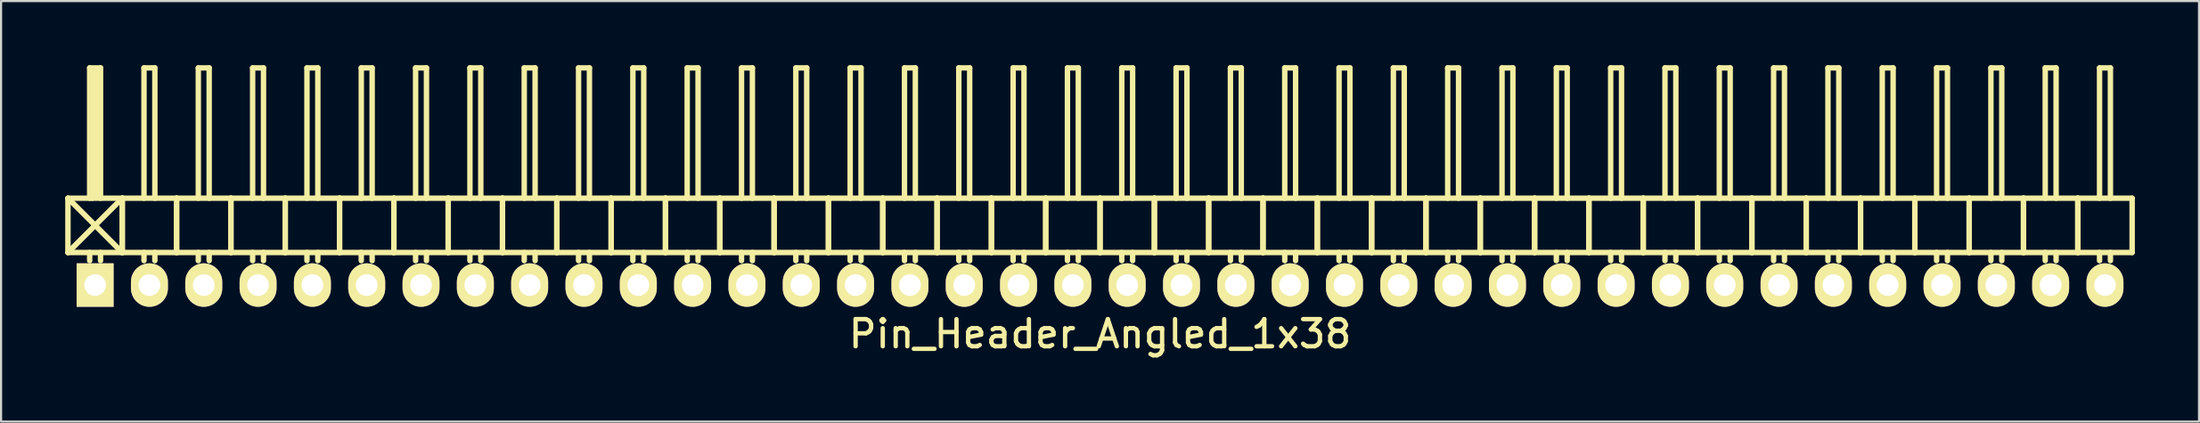
<source format=kicad_pcb>
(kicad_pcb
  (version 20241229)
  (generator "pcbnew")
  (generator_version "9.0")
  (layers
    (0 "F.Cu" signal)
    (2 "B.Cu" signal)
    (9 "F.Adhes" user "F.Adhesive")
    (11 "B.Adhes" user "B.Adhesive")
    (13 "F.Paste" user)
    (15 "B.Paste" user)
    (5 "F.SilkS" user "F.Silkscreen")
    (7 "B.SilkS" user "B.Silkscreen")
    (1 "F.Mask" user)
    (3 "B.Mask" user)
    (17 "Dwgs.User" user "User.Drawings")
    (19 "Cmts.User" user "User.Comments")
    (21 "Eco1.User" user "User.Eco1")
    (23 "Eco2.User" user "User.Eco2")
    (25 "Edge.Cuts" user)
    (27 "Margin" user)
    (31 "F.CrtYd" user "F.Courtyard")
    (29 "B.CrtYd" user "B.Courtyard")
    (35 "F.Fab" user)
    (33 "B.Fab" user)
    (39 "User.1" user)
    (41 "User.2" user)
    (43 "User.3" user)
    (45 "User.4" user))
  (footprint "Pin_Header_Angled_1x38"
    (layer "F.Cu")
    (at 48.387 10.287)
    (property "Reference" "Pin_Header_Angled_1x38" (at 0 2.286 0) (layer "F.SilkS") (effects (font (size 1.27 1.27) (thickness 0.203))))
    (attr through_hole)
    (fp_line (start -48.26 -4.064) (end -45.72 -1.524) (stroke (width 0.254) (type solid)) (layer "F.SilkS"))
    (fp_line (start -48.26 -1.524) (end -48.26 -4.064) (stroke (width 0.254) (type solid)) (layer "F.SilkS"))
    (fp_line (start -48.26 -1.524) (end -45.72 -1.524) (stroke (width 0.254) (type solid)) (layer "F.SilkS"))
    (fp_line (start -47.244 -10.16) (end -46.736 -10.16) (stroke (width 0.254) (type solid)) (layer "F.SilkS"))
    (fp_line (start -47.244 -4.064) (end -47.244 -10.16) (stroke (width 0.254) (type solid)) (layer "F.SilkS"))
    (fp_line (start -47.244 -1.524) (end -47.244 -1.143) (stroke (width 0.254) (type solid)) (layer "F.SilkS"))
    (fp_line (start -47.117 -10.033) (end -46.863 -10.033) (stroke (width 0.254) (type solid)) (layer "F.SilkS"))
    (fp_line (start -47.117 -4.064) (end -47.117 -10.033) (stroke (width 0.254) (type solid)) (layer "F.SilkS"))
    (fp_line (start -46.99 -4.191) (end -46.99 -10.033) (stroke (width 0.254) (type solid)) (layer "F.SilkS"))
    (fp_line (start -46.863 -10.033) (end -46.863 -4.191) (stroke (width 0.254) (type solid)) (layer "F.SilkS"))
    (fp_line (start -46.863 -4.191) (end -46.99 -4.191) (stroke (width 0.254) (type solid)) (layer "F.SilkS"))
    (fp_line (start -46.736 -10.16) (end -46.736 -4.064) (stroke (width 0.254) (type solid)) (layer "F.SilkS"))
    (fp_line (start -46.736 -1.524) (end -46.736 -1.143) (stroke (width 0.254) (type solid)) (layer "F.SilkS"))
    (fp_line (start -45.72 -4.064) (end -48.26 -4.064) (stroke (width 0.254) (type solid)) (layer "F.SilkS"))
    (fp_line (start -45.72 -4.064) (end -48.26 -1.524) (stroke (width 0.254) (type solid)) (layer "F.SilkS"))
    (fp_line (start -45.72 -1.524) (end -45.72 -4.064) (stroke (width 0.254) (type solid)) (layer "F.SilkS"))
    (fp_line (start -45.72 -1.524) (end -45.72 -4.064) (stroke (width 0.254) (type solid)) (layer "F.SilkS"))
    (fp_line (start -45.72 -1.524) (end -43.18 -1.524) (stroke (width 0.254) (type solid)) (layer "F.SilkS"))
    (fp_line (start -44.704 -10.16) (end -44.196 -10.16) (stroke (width 0.254) (type solid)) (layer "F.SilkS"))
    (fp_line (start -44.704 -4.064) (end -44.704 -10.16) (stroke (width 0.254) (type solid)) (layer "F.SilkS"))
    (fp_line (start -44.704 -1.524) (end -44.704 -1.143) (stroke (width 0.254) (type solid)) (layer "F.SilkS"))
    (fp_line (start -44.196 -10.16) (end -44.196 -4.064) (stroke (width 0.254) (type solid)) (layer "F.SilkS"))
    (fp_line (start -44.196 -1.524) (end -44.196 -1.143) (stroke (width 0.254) (type solid)) (layer "F.SilkS"))
    (fp_line (start -43.18 -4.064) (end -45.72 -4.064) (stroke (width 0.254) (type solid)) (layer "F.SilkS"))
    (fp_line (start -43.18 -1.524) (end -43.18 -4.064) (stroke (width 0.254) (type solid)) (layer "F.SilkS"))
    (fp_line (start -43.18 -1.524) (end -43.18 -4.064) (stroke (width 0.254) (type solid)) (layer "F.SilkS"))
    (fp_line (start -43.18 -1.524) (end -40.64 -1.524) (stroke (width 0.254) (type solid)) (layer "F.SilkS"))
    (fp_line (start -42.164 -10.16) (end -41.656 -10.16) (stroke (width 0.254) (type solid)) (layer "F.SilkS"))
    (fp_line (start -42.164 -4.064) (end -42.164 -10.16) (stroke (width 0.254) (type solid)) (layer "F.SilkS"))
    (fp_line (start -42.164 -1.524) (end -42.164 -1.143) (stroke (width 0.254) (type solid)) (layer "F.SilkS"))
    (fp_line (start -41.656 -10.16) (end -41.656 -4.064) (stroke (width 0.254) (type solid)) (layer "F.SilkS"))
    (fp_line (start -41.656 -1.524) (end -41.656 -1.143) (stroke (width 0.254) (type solid)) (layer "F.SilkS"))
    (fp_line (start -40.64 -4.064) (end -43.18 -4.064) (stroke (width 0.254) (type solid)) (layer "F.SilkS"))
    (fp_line (start -40.64 -1.524) (end -40.64 -4.064) (stroke (width 0.254) (type solid)) (layer "F.SilkS"))
    (fp_line (start -40.64 -1.524) (end -40.64 -4.064) (stroke (width 0.254) (type solid)) (layer "F.SilkS"))
    (fp_line (start -40.64 -1.524) (end -38.1 -1.524) (stroke (width 0.254) (type solid)) (layer "F.SilkS"))
    (fp_line (start -39.624 -10.16) (end -39.116 -10.16) (stroke (width 0.254) (type solid)) (layer "F.SilkS"))
    (fp_line (start -39.624 -4.064) (end -39.624 -10.16) (stroke (width 0.254) (type solid)) (layer "F.SilkS"))
    (fp_line (start -39.624 -1.524) (end -39.624 -1.143) (stroke (width 0.254) (type solid)) (layer "F.SilkS"))
    (fp_line (start -39.116 -10.16) (end -39.116 -4.064) (stroke (width 0.254) (type solid)) (layer "F.SilkS"))
    (fp_line (start -39.116 -1.524) (end -39.116 -1.143) (stroke (width 0.254) (type solid)) (layer "F.SilkS"))
    (fp_line (start -38.1 -4.064) (end -40.64 -4.064) (stroke (width 0.254) (type solid)) (layer "F.SilkS"))
    (fp_line (start -38.1 -1.524) (end -38.1 -4.064) (stroke (width 0.254) (type solid)) (layer "F.SilkS"))
    (fp_line (start -38.1 -1.524) (end -38.1 -4.064) (stroke (width 0.254) (type solid)) (layer "F.SilkS"))
    (fp_line (start -38.1 -1.524) (end -35.56 -1.524) (stroke (width 0.254) (type solid)) (layer "F.SilkS"))
    (fp_line (start -37.084 -10.16) (end -36.576 -10.16) (stroke (width 0.254) (type solid)) (layer "F.SilkS"))
    (fp_line (start -37.084 -4.064) (end -37.084 -10.16) (stroke (width 0.254) (type solid)) (layer "F.SilkS"))
    (fp_line (start -37.084 -1.524) (end -37.084 -1.143) (stroke (width 0.254) (type solid)) (layer "F.SilkS"))
    (fp_line (start -36.576 -10.16) (end -36.576 -4.064) (stroke (width 0.254) (type solid)) (layer "F.SilkS"))
    (fp_line (start -36.576 -1.524) (end -36.576 -1.143) (stroke (width 0.254) (type solid)) (layer "F.SilkS"))
    (fp_line (start -35.56 -4.064) (end -38.1 -4.064) (stroke (width 0.254) (type solid)) (layer "F.SilkS"))
    (fp_line (start -35.56 -1.524) (end -35.56 -4.064) (stroke (width 0.254) (type solid)) (layer "F.SilkS"))
    (fp_line (start -35.56 -1.524) (end -35.56 -4.064) (stroke (width 0.254) (type solid)) (layer "F.SilkS"))
    (fp_line (start -35.56 -1.524) (end -33.02 -1.524) (stroke (width 0.254) (type solid)) (layer "F.SilkS"))
    (fp_line (start -34.544 -10.16) (end -34.036 -10.16) (stroke (width 0.254) (type solid)) (layer "F.SilkS"))
    (fp_line (start -34.544 -4.064) (end -34.544 -10.16) (stroke (width 0.254) (type solid)) (layer "F.SilkS"))
    (fp_line (start -34.544 -1.524) (end -34.544 -1.143) (stroke (width 0.254) (type solid)) (layer "F.SilkS"))
    (fp_line (start -34.036 -10.16) (end -34.036 -4.064) (stroke (width 0.254) (type solid)) (layer "F.SilkS"))
    (fp_line (start -34.036 -1.524) (end -34.036 -1.143) (stroke (width 0.254) (type solid)) (layer "F.SilkS"))
    (fp_line (start -33.02 -4.064) (end -35.56 -4.064) (stroke (width 0.254) (type solid)) (layer "F.SilkS"))
    (fp_line (start -33.02 -1.524) (end -33.02 -4.064) (stroke (width 0.254) (type solid)) (layer "F.SilkS"))
    (fp_line (start -33.02 -1.524) (end -33.02 -4.064) (stroke (width 0.254) (type solid)) (layer "F.SilkS"))
    (fp_line (start -33.02 -1.524) (end -30.48 -1.524) (stroke (width 0.254) (type solid)) (layer "F.SilkS"))
    (fp_line (start -32.004 -10.16) (end -31.496 -10.16) (stroke (width 0.254) (type solid)) (layer "F.SilkS"))
    (fp_line (start -32.004 -4.064) (end -32.004 -10.16) (stroke (width 0.254) (type solid)) (layer "F.SilkS"))
    (fp_line (start -32.004 -1.524) (end -32.004 -1.143) (stroke (width 0.254) (type solid)) (layer "F.SilkS"))
    (fp_line (start -31.496 -10.16) (end -31.496 -4.064) (stroke (width 0.254) (type solid)) (layer "F.SilkS"))
    (fp_line (start -31.496 -1.524) (end -31.496 -1.143) (stroke (width 0.254) (type solid)) (layer "F.SilkS"))
    (fp_line (start -30.48 -4.064) (end -33.02 -4.064) (stroke (width 0.254) (type solid)) (layer "F.SilkS"))
    (fp_line (start -30.48 -1.524) (end -30.48 -4.064) (stroke (width 0.254) (type solid)) (layer "F.SilkS"))
    (fp_line (start -30.48 -1.524) (end -30.48 -4.064) (stroke (width 0.254) (type solid)) (layer "F.SilkS"))
    (fp_line (start -30.48 -1.524) (end -27.94 -1.524) (stroke (width 0.254) (type solid)) (layer "F.SilkS"))
    (fp_line (start -29.464 -10.16) (end -28.956 -10.16) (stroke (width 0.254) (type solid)) (layer "F.SilkS"))
    (fp_line (start -29.464 -4.064) (end -29.464 -10.16) (stroke (width 0.254) (type solid)) (layer "F.SilkS"))
    (fp_line (start -29.464 -1.524) (end -29.464 -1.143) (stroke (width 0.254) (type solid)) (layer "F.SilkS"))
    (fp_line (start -28.956 -10.16) (end -28.956 -4.064) (stroke (width 0.254) (type solid)) (layer "F.SilkS"))
    (fp_line (start -28.956 -1.524) (end -28.956 -1.143) (stroke (width 0.254) (type solid)) (layer "F.SilkS"))
    (fp_line (start -27.94 -4.064) (end -30.48 -4.064) (stroke (width 0.254) (type solid)) (layer "F.SilkS"))
    (fp_line (start -27.94 -1.524) (end -27.94 -4.064) (stroke (width 0.254) (type solid)) (layer "F.SilkS"))
    (fp_line (start -27.94 -1.524) (end -27.94 -4.064) (stroke (width 0.254) (type solid)) (layer "F.SilkS"))
    (fp_line (start -27.94 -1.524) (end -25.4 -1.524) (stroke (width 0.254) (type solid)) (layer "F.SilkS"))
    (fp_line (start -26.924 -10.16) (end -26.416 -10.16) (stroke (width 0.254) (type solid)) (layer "F.SilkS"))
    (fp_line (start -26.924 -4.064) (end -26.924 -10.16) (stroke (width 0.254) (type solid)) (layer "F.SilkS"))
    (fp_line (start -26.924 -1.524) (end -26.924 -1.143) (stroke (width 0.254) (type solid)) (layer "F.SilkS"))
    (fp_line (start -26.416 -10.16) (end -26.416 -4.064) (stroke (width 0.254) (type solid)) (layer "F.SilkS"))
    (fp_line (start -26.416 -1.524) (end -26.416 -1.143) (stroke (width 0.254) (type solid)) (layer "F.SilkS"))
    (fp_line (start -25.4 -4.064) (end -27.94 -4.064) (stroke (width 0.254) (type solid)) (layer "F.SilkS"))
    (fp_line (start -25.4 -1.524) (end -25.4 -4.064) (stroke (width 0.254) (type solid)) (layer "F.SilkS"))
    (fp_line (start -25.4 -1.524) (end -25.4 -4.064) (stroke (width 0.254) (type solid)) (layer "F.SilkS"))
    (fp_line (start -25.4 -1.524) (end -22.86 -1.524) (stroke (width 0.254) (type solid)) (layer "F.SilkS"))
    (fp_line (start -24.384 -10.16) (end -23.876 -10.16) (stroke (width 0.254) (type solid)) (layer "F.SilkS"))
    (fp_line (start -24.384 -4.064) (end -24.384 -10.16) (stroke (width 0.254) (type solid)) (layer "F.SilkS"))
    (fp_line (start -24.384 -1.524) (end -24.384 -1.143) (stroke (width 0.254) (type solid)) (layer "F.SilkS"))
    (fp_line (start -23.876 -10.16) (end -23.876 -4.064) (stroke (width 0.254) (type solid)) (layer "F.SilkS"))
    (fp_line (start -23.876 -1.524) (end -23.876 -1.143) (stroke (width 0.254) (type solid)) (layer "F.SilkS"))
    (fp_line (start -22.86 -4.064) (end -25.4 -4.064) (stroke (width 0.254) (type solid)) (layer "F.SilkS"))
    (fp_line (start -22.86 -1.524) (end -22.86 -4.064) (stroke (width 0.254) (type solid)) (layer "F.SilkS"))
    (fp_line (start -22.86 -1.524) (end -22.86 -4.064) (stroke (width 0.254) (type solid)) (layer "F.SilkS"))
    (fp_line (start -22.86 -1.524) (end -20.32 -1.524) (stroke (width 0.254) (type solid)) (layer "F.SilkS"))
    (fp_line (start -21.844 -10.16) (end -21.336 -10.16) (stroke (width 0.254) (type solid)) (layer "F.SilkS"))
    (fp_line (start -21.844 -4.064) (end -21.844 -10.16) (stroke (width 0.254) (type solid)) (layer "F.SilkS"))
    (fp_line (start -21.844 -1.524) (end -21.844 -1.143) (stroke (width 0.254) (type solid)) (layer "F.SilkS"))
    (fp_line (start -21.336 -10.16) (end -21.336 -4.064) (stroke (width 0.254) (type solid)) (layer "F.SilkS"))
    (fp_line (start -21.336 -1.524) (end -21.336 -1.143) (stroke (width 0.254) (type solid)) (layer "F.SilkS"))
    (fp_line (start -20.32 -4.064) (end -22.86 -4.064) (stroke (width 0.254) (type solid)) (layer "F.SilkS"))
    (fp_line (start -20.32 -1.524) (end -20.32 -4.064) (stroke (width 0.254) (type solid)) (layer "F.SilkS"))
    (fp_line (start -20.32 -1.524) (end -20.32 -4.064) (stroke (width 0.254) (type solid)) (layer "F.SilkS"))
    (fp_line (start -20.32 -1.524) (end -17.78 -1.524) (stroke (width 0.254) (type solid)) (layer "F.SilkS"))
    (fp_line (start -19.304 -10.16) (end -18.796 -10.16) (stroke (width 0.254) (type solid)) (layer "F.SilkS"))
    (fp_line (start -19.304 -4.064) (end -19.304 -10.16) (stroke (width 0.254) (type solid)) (layer "F.SilkS"))
    (fp_line (start -19.304 -1.524) (end -19.304 -1.143) (stroke (width 0.254) (type solid)) (layer "F.SilkS"))
    (fp_line (start -18.796 -10.16) (end -18.796 -4.064) (stroke (width 0.254) (type solid)) (layer "F.SilkS"))
    (fp_line (start -18.796 -1.524) (end -18.796 -1.143) (stroke (width 0.254) (type solid)) (layer "F.SilkS"))
    (fp_line (start -17.78 -4.064) (end -20.32 -4.064) (stroke (width 0.254) (type solid)) (layer "F.SilkS"))
    (fp_line (start -17.78 -1.524) (end -17.78 -4.064) (stroke (width 0.254) (type solid)) (layer "F.SilkS"))
    (fp_line (start -17.78 -1.524) (end -17.78 -4.064) (stroke (width 0.254) (type solid)) (layer "F.SilkS"))
    (fp_line (start -17.78 -1.524) (end -15.24 -1.524) (stroke (width 0.254) (type solid)) (layer "F.SilkS"))
    (fp_line (start -16.764 -10.16) (end -16.256 -10.16) (stroke (width 0.254) (type solid)) (layer "F.SilkS"))
    (fp_line (start -16.764 -4.064) (end -16.764 -10.16) (stroke (width 0.254) (type solid)) (layer "F.SilkS"))
    (fp_line (start -16.764 -1.524) (end -16.764 -1.143) (stroke (width 0.254) (type solid)) (layer "F.SilkS"))
    (fp_line (start -16.256 -10.16) (end -16.256 -4.064) (stroke (width 0.254) (type solid)) (layer "F.SilkS"))
    (fp_line (start -16.256 -1.524) (end -16.256 -1.143) (stroke (width 0.254) (type solid)) (layer "F.SilkS"))
    (fp_line (start -15.24 -4.064) (end -17.78 -4.064) (stroke (width 0.254) (type solid)) (layer "F.SilkS"))
    (fp_line (start -15.24 -1.524) (end -15.24 -4.064) (stroke (width 0.254) (type solid)) (layer "F.SilkS"))
    (fp_line (start -15.24 -1.524) (end -15.24 -4.064) (stroke (width 0.254) (type solid)) (layer "F.SilkS"))
    (fp_line (start -15.24 -1.524) (end -12.7 -1.524) (stroke (width 0.254) (type solid)) (layer "F.SilkS"))
    (fp_line (start -14.224 -10.16) (end -13.716 -10.16) (stroke (width 0.254) (type solid)) (layer "F.SilkS"))
    (fp_line (start -14.224 -4.064) (end -14.224 -10.16) (stroke (width 0.254) (type solid)) (layer "F.SilkS"))
    (fp_line (start -14.224 -1.524) (end -14.224 -1.143) (stroke (width 0.254) (type solid)) (layer "F.SilkS"))
    (fp_line (start -13.716 -10.16) (end -13.716 -4.064) (stroke (width 0.254) (type solid)) (layer "F.SilkS"))
    (fp_line (start -13.716 -1.524) (end -13.716 -1.143) (stroke (width 0.254) (type solid)) (layer "F.SilkS"))
    (fp_line (start -12.7 -4.064) (end -15.24 -4.064) (stroke (width 0.254) (type solid)) (layer "F.SilkS"))
    (fp_line (start -12.7 -1.524) (end -12.7 -4.064) (stroke (width 0.254) (type solid)) (layer "F.SilkS"))
    (fp_line (start -12.7 -1.524) (end -12.7 -4.064) (stroke (width 0.254) (type solid)) (layer "F.SilkS"))
    (fp_line (start -12.7 -1.524) (end -10.16 -1.524) (stroke (width 0.254) (type solid)) (layer "F.SilkS"))
    (fp_line (start -11.684 -10.16) (end -11.176 -10.16) (stroke (width 0.254) (type solid)) (layer "F.SilkS"))
    (fp_line (start -11.684 -4.064) (end -11.684 -10.16) (stroke (width 0.254) (type solid)) (layer "F.SilkS"))
    (fp_line (start -11.684 -1.524) (end -11.684 -1.143) (stroke (width 0.254) (type solid)) (layer "F.SilkS"))
    (fp_line (start -11.176 -10.16) (end -11.176 -4.064) (stroke (width 0.254) (type solid)) (layer "F.SilkS"))
    (fp_line (start -11.176 -1.524) (end -11.176 -1.143) (stroke (width 0.254) (type solid)) (layer "F.SilkS"))
    (fp_line (start -10.16 -4.064) (end -12.7 -4.064) (stroke (width 0.254) (type solid)) (layer "F.SilkS"))
    (fp_line (start -10.16 -1.524) (end -10.16 -4.064) (stroke (width 0.254) (type solid)) (layer "F.SilkS"))
    (fp_line (start -10.16 -1.524) (end -10.16 -4.064) (stroke (width 0.254) (type solid)) (layer "F.SilkS"))
    (fp_line (start -10.16 -1.524) (end -7.62 -1.524) (stroke (width 0.254) (type solid)) (layer "F.SilkS"))
    (fp_line (start -9.144 -10.16) (end -8.636 -10.16) (stroke (width 0.254) (type solid)) (layer "F.SilkS"))
    (fp_line (start -9.144 -4.064) (end -9.144 -10.16) (stroke (width 0.254) (type solid)) (layer "F.SilkS"))
    (fp_line (start -9.144 -1.524) (end -9.144 -1.143) (stroke (width 0.254) (type solid)) (layer "F.SilkS"))
    (fp_line (start -8.636 -10.16) (end -8.636 -4.064) (stroke (width 0.254) (type solid)) (layer "F.SilkS"))
    (fp_line (start -8.636 -1.524) (end -8.636 -1.143) (stroke (width 0.254) (type solid)) (layer "F.SilkS"))
    (fp_line (start -7.62 -4.064) (end -10.16 -4.064) (stroke (width 0.254) (type solid)) (layer "F.SilkS"))
    (fp_line (start -7.62 -1.524) (end -7.62 -4.064) (stroke (width 0.254) (type solid)) (layer "F.SilkS"))
    (fp_line (start -7.62 -1.524) (end -7.62 -4.064) (stroke (width 0.254) (type solid)) (layer "F.SilkS"))
    (fp_line (start -7.62 -1.524) (end -5.08 -1.524) (stroke (width 0.254) (type solid)) (layer "F.SilkS"))
    (fp_line (start -6.604 -10.16) (end -6.096 -10.16) (stroke (width 0.254) (type solid)) (layer "F.SilkS"))
    (fp_line (start -6.604 -4.064) (end -6.604 -10.16) (stroke (width 0.254) (type solid)) (layer "F.SilkS"))
    (fp_line (start -6.604 -1.524) (end -6.604 -1.143) (stroke (width 0.254) (type solid)) (layer "F.SilkS"))
    (fp_line (start -6.096 -10.16) (end -6.096 -4.064) (stroke (width 0.254) (type solid)) (layer "F.SilkS"))
    (fp_line (start -6.096 -1.524) (end -6.096 -1.143) (stroke (width 0.254) (type solid)) (layer "F.SilkS"))
    (fp_line (start -5.08 -4.064) (end -7.62 -4.064) (stroke (width 0.254) (type solid)) (layer "F.SilkS"))
    (fp_line (start -5.08 -1.524) (end -5.08 -4.064) (stroke (width 0.254) (type solid)) (layer "F.SilkS"))
    (fp_line (start -5.08 -1.524) (end -5.08 -4.064) (stroke (width 0.254) (type solid)) (layer "F.SilkS"))
    (fp_line (start -5.08 -1.524) (end -2.54 -1.524) (stroke (width 0.254) (type solid)) (layer "F.SilkS"))
    (fp_line (start -4.064 -10.16) (end -3.556 -10.16) (stroke (width 0.254) (type solid)) (layer "F.SilkS"))
    (fp_line (start -4.064 -4.064) (end -4.064 -10.16) (stroke (width 0.254) (type solid)) (layer "F.SilkS"))
    (fp_line (start -4.064 -1.524) (end -4.064 -1.143) (stroke (width 0.254) (type solid)) (layer "F.SilkS"))
    (fp_line (start -3.556 -10.16) (end -3.556 -4.064) (stroke (width 0.254) (type solid)) (layer "F.SilkS"))
    (fp_line (start -3.556 -1.524) (end -3.556 -1.143) (stroke (width 0.254) (type solid)) (layer "F.SilkS"))
    (fp_line (start -2.54 -4.064) (end -5.08 -4.064) (stroke (width 0.254) (type solid)) (layer "F.SilkS"))
    (fp_line (start -2.54 -1.524) (end -2.54 -4.064) (stroke (width 0.254) (type solid)) (layer "F.SilkS"))
    (fp_line (start -2.54 -1.524) (end -2.54 -4.064) (stroke (width 0.254) (type solid)) (layer "F.SilkS"))
    (fp_line (start -2.54 -1.524) (end 0 -1.524) (stroke (width 0.254) (type solid)) (layer "F.SilkS"))
    (fp_line (start -1.524 -10.16) (end -1.016 -10.16) (stroke (width 0.254) (type solid)) (layer "F.SilkS"))
    (fp_line (start -1.524 -4.064) (end -1.524 -10.16) (stroke (width 0.254) (type solid)) (layer "F.SilkS"))
    (fp_line (start -1.524 -1.524) (end -1.524 -1.143) (stroke (width 0.254) (type solid)) (layer "F.SilkS"))
    (fp_line (start -1.016 -10.16) (end -1.016 -4.064) (stroke (width 0.254) (type solid)) (layer "F.SilkS"))
    (fp_line (start -1.016 -1.524) (end -1.016 -1.143) (stroke (width 0.254) (type solid)) (layer "F.SilkS"))
    (fp_line (start 0 -4.064) (end -2.54 -4.064) (stroke (width 0.254) (type solid)) (layer "F.SilkS"))
    (fp_line (start 0 -1.524) (end 0 -4.064) (stroke (width 0.254) (type solid)) (layer "F.SilkS"))
    (fp_line (start 0 -1.524) (end 0 -4.064) (stroke (width 0.254) (type solid)) (layer "F.SilkS"))
    (fp_line (start 0 -1.524) (end 2.54 -1.524) (stroke (width 0.254) (type solid)) (layer "F.SilkS"))
    (fp_line (start 1.016 -10.16) (end 1.524 -10.16) (stroke (width 0.254) (type solid)) (layer "F.SilkS"))
    (fp_line (start 1.016 -4.064) (end 1.016 -10.16) (stroke (width 0.254) (type solid)) (layer "F.SilkS"))
    (fp_line (start 1.016 -1.524) (end 1.016 -1.143) (stroke (width 0.254) (type solid)) (layer "F.SilkS"))
    (fp_line (start 1.524 -10.16) (end 1.524 -4.064) (stroke (width 0.254) (type solid)) (layer "F.SilkS"))
    (fp_line (start 1.524 -1.524) (end 1.524 -1.143) (stroke (width 0.254) (type solid)) (layer "F.SilkS"))
    (fp_line (start 2.54 -4.064) (end 0 -4.064) (stroke (width 0.254) (type solid)) (layer "F.SilkS"))
    (fp_line (start 2.54 -1.524) (end 2.54 -4.064) (stroke (width 0.254) (type solid)) (layer "F.SilkS"))
    (fp_line (start 2.54 -1.524) (end 2.54 -4.064) (stroke (width 0.254) (type solid)) (layer "F.SilkS"))
    (fp_line (start 2.54 -1.524) (end 5.08 -1.524) (stroke (width 0.254) (type solid)) (layer "F.SilkS"))
    (fp_line (start 3.556 -10.16) (end 4.064 -10.16) (stroke (width 0.254) (type solid)) (layer "F.SilkS"))
    (fp_line (start 3.556 -4.064) (end 3.556 -10.16) (stroke (width 0.254) (type solid)) (layer "F.SilkS"))
    (fp_line (start 3.556 -1.524) (end 3.556 -1.143) (stroke (width 0.254) (type solid)) (layer "F.SilkS"))
    (fp_line (start 4.064 -10.16) (end 4.064 -4.064) (stroke (width 0.254) (type solid)) (layer "F.SilkS"))
    (fp_line (start 4.064 -1.524) (end 4.064 -1.143) (stroke (width 0.254) (type solid)) (layer "F.SilkS"))
    (fp_line (start 5.08 -4.064) (end 2.54 -4.064) (stroke (width 0.254) (type solid)) (layer "F.SilkS"))
    (fp_line (start 5.08 -1.524) (end 5.08 -4.064) (stroke (width 0.254) (type solid)) (layer "F.SilkS"))
    (fp_line (start 5.08 -1.524) (end 5.08 -4.064) (stroke (width 0.254) (type solid)) (layer "F.SilkS"))
    (fp_line (start 5.08 -1.524) (end 7.62 -1.524) (stroke (width 0.254) (type solid)) (layer "F.SilkS"))
    (fp_line (start 6.096 -10.16) (end 6.604 -10.16) (stroke (width 0.254) (type solid)) (layer "F.SilkS"))
    (fp_line (start 6.096 -4.064) (end 6.096 -10.16) (stroke (width 0.254) (type solid)) (layer "F.SilkS"))
    (fp_line (start 6.096 -1.524) (end 6.096 -1.143) (stroke (width 0.254) (type solid)) (layer "F.SilkS"))
    (fp_line (start 6.604 -10.16) (end 6.604 -4.064) (stroke (width 0.254) (type solid)) (layer "F.SilkS"))
    (fp_line (start 6.604 -1.524) (end 6.604 -1.143) (stroke (width 0.254) (type solid)) (layer "F.SilkS"))
    (fp_line (start 7.62 -4.064) (end 5.08 -4.064) (stroke (width 0.254) (type solid)) (layer "F.SilkS"))
    (fp_line (start 7.62 -1.524) (end 7.62 -4.064) (stroke (width 0.254) (type solid)) (layer "F.SilkS"))
    (fp_line (start 7.62 -1.524) (end 7.62 -4.064) (stroke (width 0.254) (type solid)) (layer "F.SilkS"))
    (fp_line (start 7.62 -1.524) (end 10.16 -1.524) (stroke (width 0.254) (type solid)) (layer "F.SilkS"))
    (fp_line (start 8.636 -10.16) (end 9.144 -10.16) (stroke (width 0.254) (type solid)) (layer "F.SilkS"))
    (fp_line (start 8.636 -4.064) (end 8.636 -10.16) (stroke (width 0.254) (type solid)) (layer "F.SilkS"))
    (fp_line (start 8.636 -1.524) (end 8.636 -1.143) (stroke (width 0.254) (type solid)) (layer "F.SilkS"))
    (fp_line (start 9.144 -10.16) (end 9.144 -4.064) (stroke (width 0.254) (type solid)) (layer "F.SilkS"))
    (fp_line (start 9.144 -1.524) (end 9.144 -1.143) (stroke (width 0.254) (type solid)) (layer "F.SilkS"))
    (fp_line (start 10.16 -4.064) (end 7.62 -4.064) (stroke (width 0.254) (type solid)) (layer "F.SilkS"))
    (fp_line (start 10.16 -1.524) (end 10.16 -4.064) (stroke (width 0.254) (type solid)) (layer "F.SilkS"))
    (fp_line (start 10.16 -1.524) (end 10.16 -4.064) (stroke (width 0.254) (type solid)) (layer "F.SilkS"))
    (fp_line (start 10.16 -1.524) (end 12.7 -1.524) (stroke (width 0.254) (type solid)) (layer "F.SilkS"))
    (fp_line (start 11.176 -10.16) (end 11.684 -10.16) (stroke (width 0.254) (type solid)) (layer "F.SilkS"))
    (fp_line (start 11.176 -4.064) (end 11.176 -10.16) (stroke (width 0.254) (type solid)) (layer "F.SilkS"))
    (fp_line (start 11.176 -1.524) (end 11.176 -1.143) (stroke (width 0.254) (type solid)) (layer "F.SilkS"))
    (fp_line (start 11.684 -10.16) (end 11.684 -4.064) (stroke (width 0.254) (type solid)) (layer "F.SilkS"))
    (fp_line (start 11.684 -1.524) (end 11.684 -1.143) (stroke (width 0.254) (type solid)) (layer "F.SilkS"))
    (fp_line (start 12.7 -4.064) (end 10.16 -4.064) (stroke (width 0.254) (type solid)) (layer "F.SilkS"))
    (fp_line (start 12.7 -1.524) (end 12.7 -4.064) (stroke (width 0.254) (type solid)) (layer "F.SilkS"))
    (fp_line (start 12.7 -1.524) (end 12.7 -4.064) (stroke (width 0.254) (type solid)) (layer "F.SilkS"))
    (fp_line (start 12.7 -1.524) (end 15.24 -1.524) (stroke (width 0.254) (type solid)) (layer "F.SilkS"))
    (fp_line (start 13.716 -10.16) (end 14.224 -10.16) (stroke (width 0.254) (type solid)) (layer "F.SilkS"))
    (fp_line (start 13.716 -4.064) (end 13.716 -10.16) (stroke (width 0.254) (type solid)) (layer "F.SilkS"))
    (fp_line (start 13.716 -1.524) (end 13.716 -1.143) (stroke (width 0.254) (type solid)) (layer "F.SilkS"))
    (fp_line (start 14.224 -10.16) (end 14.224 -4.064) (stroke (width 0.254) (type solid)) (layer "F.SilkS"))
    (fp_line (start 14.224 -1.524) (end 14.224 -1.143) (stroke (width 0.254) (type solid)) (layer "F.SilkS"))
    (fp_line (start 15.24 -4.064) (end 12.7 -4.064) (stroke (width 0.254) (type solid)) (layer "F.SilkS"))
    (fp_line (start 15.24 -1.524) (end 15.24 -4.064) (stroke (width 0.254) (type solid)) (layer "F.SilkS"))
    (fp_line (start 15.24 -1.524) (end 15.24 -4.064) (stroke (width 0.254) (type solid)) (layer "F.SilkS"))
    (fp_line (start 15.24 -1.524) (end 17.78 -1.524) (stroke (width 0.254) (type solid)) (layer "F.SilkS"))
    (fp_line (start 16.256 -10.16) (end 16.764 -10.16) (stroke (width 0.254) (type solid)) (layer "F.SilkS"))
    (fp_line (start 16.256 -4.064) (end 16.256 -10.16) (stroke (width 0.254) (type solid)) (layer "F.SilkS"))
    (fp_line (start 16.256 -1.524) (end 16.256 -1.143) (stroke (width 0.254) (type solid)) (layer "F.SilkS"))
    (fp_line (start 16.764 -10.16) (end 16.764 -4.064) (stroke (width 0.254) (type solid)) (layer "F.SilkS"))
    (fp_line (start 16.764 -1.524) (end 16.764 -1.143) (stroke (width 0.254) (type solid)) (layer "F.SilkS"))
    (fp_line (start 17.78 -4.064) (end 15.24 -4.064) (stroke (width 0.254) (type solid)) (layer "F.SilkS"))
    (fp_line (start 17.78 -1.524) (end 17.78 -4.064) (stroke (width 0.254) (type solid)) (layer "F.SilkS"))
    (fp_line (start 17.78 -1.524) (end 17.78 -4.064) (stroke (width 0.254) (type solid)) (layer "F.SilkS"))
    (fp_line (start 17.78 -1.524) (end 20.32 -1.524) (stroke (width 0.254) (type solid)) (layer "F.SilkS"))
    (fp_line (start 18.796 -10.16) (end 19.304 -10.16) (stroke (width 0.254) (type solid)) (layer "F.SilkS"))
    (fp_line (start 18.796 -4.064) (end 18.796 -10.16) (stroke (width 0.254) (type solid)) (layer "F.SilkS"))
    (fp_line (start 18.796 -1.524) (end 18.796 -1.143) (stroke (width 0.254) (type solid)) (layer "F.SilkS"))
    (fp_line (start 19.304 -10.16) (end 19.304 -4.064) (stroke (width 0.254) (type solid)) (layer "F.SilkS"))
    (fp_line (start 19.304 -1.524) (end 19.304 -1.143) (stroke (width 0.254) (type solid)) (layer "F.SilkS"))
    (fp_line (start 20.32 -4.064) (end 17.78 -4.064) (stroke (width 0.254) (type solid)) (layer "F.SilkS"))
    (fp_line (start 20.32 -1.524) (end 20.32 -4.064) (stroke (width 0.254) (type solid)) (layer "F.SilkS"))
    (fp_line (start 20.32 -1.524) (end 20.32 -4.064) (stroke (width 0.254) (type solid)) (layer "F.SilkS"))
    (fp_line (start 20.32 -1.524) (end 22.86 -1.524) (stroke (width 0.254) (type solid)) (layer "F.SilkS"))
    (fp_line (start 21.336 -10.16) (end 21.844 -10.16) (stroke (width 0.254) (type solid)) (layer "F.SilkS"))
    (fp_line (start 21.336 -4.064) (end 21.336 -10.16) (stroke (width 0.254) (type solid)) (layer "F.SilkS"))
    (fp_line (start 21.336 -1.524) (end 21.336 -1.143) (stroke (width 0.254) (type solid)) (layer "F.SilkS"))
    (fp_line (start 21.844 -10.16) (end 21.844 -4.064) (stroke (width 0.254) (type solid)) (layer "F.SilkS"))
    (fp_line (start 21.844 -1.524) (end 21.844 -1.143) (stroke (width 0.254) (type solid)) (layer "F.SilkS"))
    (fp_line (start 22.86 -4.064) (end 20.32 -4.064) (stroke (width 0.254) (type solid)) (layer "F.SilkS"))
    (fp_line (start 22.86 -1.524) (end 22.86 -4.064) (stroke (width 0.254) (type solid)) (layer "F.SilkS"))
    (fp_line (start 22.86 -1.524) (end 22.86 -4.064) (stroke (width 0.254) (type solid)) (layer "F.SilkS"))
    (fp_line (start 22.86 -1.524) (end 25.4 -1.524) (stroke (width 0.254) (type solid)) (layer "F.SilkS"))
    (fp_line (start 23.876 -10.16) (end 24.384 -10.16) (stroke (width 0.254) (type solid)) (layer "F.SilkS"))
    (fp_line (start 23.876 -4.064) (end 23.876 -10.16) (stroke (width 0.254) (type solid)) (layer "F.SilkS"))
    (fp_line (start 23.876 -1.524) (end 23.876 -1.143) (stroke (width 0.254) (type solid)) (layer "F.SilkS"))
    (fp_line (start 24.384 -10.16) (end 24.384 -4.064) (stroke (width 0.254) (type solid)) (layer "F.SilkS"))
    (fp_line (start 24.384 -1.524) (end 24.384 -1.143) (stroke (width 0.254) (type solid)) (layer "F.SilkS"))
    (fp_line (start 25.4 -4.064) (end 22.86 -4.064) (stroke (width 0.254) (type solid)) (layer "F.SilkS"))
    (fp_line (start 25.4 -1.524) (end 25.4 -4.064) (stroke (width 0.254) (type solid)) (layer "F.SilkS"))
    (fp_line (start 25.4 -1.524) (end 25.4 -4.064) (stroke (width 0.254) (type solid)) (layer "F.SilkS"))
    (fp_line (start 25.4 -1.524) (end 27.94 -1.524) (stroke (width 0.254) (type solid)) (layer "F.SilkS"))
    (fp_line (start 26.416 -10.16) (end 26.924 -10.16) (stroke (width 0.254) (type solid)) (layer "F.SilkS"))
    (fp_line (start 26.416 -4.064) (end 26.416 -10.16) (stroke (width 0.254) (type solid)) (layer "F.SilkS"))
    (fp_line (start 26.416 -1.524) (end 26.416 -1.143) (stroke (width 0.254) (type solid)) (layer "F.SilkS"))
    (fp_line (start 26.924 -10.16) (end 26.924 -4.064) (stroke (width 0.254) (type solid)) (layer "F.SilkS"))
    (fp_line (start 26.924 -1.524) (end 26.924 -1.143) (stroke (width 0.254) (type solid)) (layer "F.SilkS"))
    (fp_line (start 27.94 -4.064) (end 25.4 -4.064) (stroke (width 0.254) (type solid)) (layer "F.SilkS"))
    (fp_line (start 27.94 -1.524) (end 27.94 -4.064) (stroke (width 0.254) (type solid)) (layer "F.SilkS"))
    (fp_line (start 27.94 -1.524) (end 27.94 -4.064) (stroke (width 0.254) (type solid)) (layer "F.SilkS"))
    (fp_line (start 27.94 -1.524) (end 30.48 -1.524) (stroke (width 0.254) (type solid)) (layer "F.SilkS"))
    (fp_line (start 28.956 -10.16) (end 29.464 -10.16) (stroke (width 0.254) (type solid)) (layer "F.SilkS"))
    (fp_line (start 28.956 -4.064) (end 28.956 -10.16) (stroke (width 0.254) (type solid)) (layer "F.SilkS"))
    (fp_line (start 28.956 -1.524) (end 28.956 -1.143) (stroke (width 0.254) (type solid)) (layer "F.SilkS"))
    (fp_line (start 29.464 -10.16) (end 29.464 -4.064) (stroke (width 0.254) (type solid)) (layer "F.SilkS"))
    (fp_line (start 29.464 -1.524) (end 29.464 -1.143) (stroke (width 0.254) (type solid)) (layer "F.SilkS"))
    (fp_line (start 30.48 -4.064) (end 27.94 -4.064) (stroke (width 0.254) (type solid)) (layer "F.SilkS"))
    (fp_line (start 30.48 -1.524) (end 30.48 -4.064) (stroke (width 0.254) (type solid)) (layer "F.SilkS"))
    (fp_line (start 30.48 -1.524) (end 30.48 -4.064) (stroke (width 0.254) (type solid)) (layer "F.SilkS"))
    (fp_line (start 30.48 -1.524) (end 33.02 -1.524) (stroke (width 0.254) (type solid)) (layer "F.SilkS"))
    (fp_line (start 31.496 -10.16) (end 32.004 -10.16) (stroke (width 0.254) (type solid)) (layer "F.SilkS"))
    (fp_line (start 31.496 -4.064) (end 31.496 -10.16) (stroke (width 0.254) (type solid)) (layer "F.SilkS"))
    (fp_line (start 31.496 -1.524) (end 31.496 -1.143) (stroke (width 0.254) (type solid)) (layer "F.SilkS"))
    (fp_line (start 32.004 -10.16) (end 32.004 -4.064) (stroke (width 0.254) (type solid)) (layer "F.SilkS"))
    (fp_line (start 32.004 -1.524) (end 32.004 -1.143) (stroke (width 0.254) (type solid)) (layer "F.SilkS"))
    (fp_line (start 33.02 -4.064) (end 30.48 -4.064) (stroke (width 0.254) (type solid)) (layer "F.SilkS"))
    (fp_line (start 33.02 -1.524) (end 33.02 -4.064) (stroke (width 0.254) (type solid)) (layer "F.SilkS"))
    (fp_line (start 33.02 -1.524) (end 33.02 -4.064) (stroke (width 0.254) (type solid)) (layer "F.SilkS"))
    (fp_line (start 33.02 -1.524) (end 35.56 -1.524) (stroke (width 0.254) (type solid)) (layer "F.SilkS"))
    (fp_line (start 34.036 -10.16) (end 34.544 -10.16) (stroke (width 0.254) (type solid)) (layer "F.SilkS"))
    (fp_line (start 34.036 -4.064) (end 34.036 -10.16) (stroke (width 0.254) (type solid)) (layer "F.SilkS"))
    (fp_line (start 34.036 -1.524) (end 34.036 -1.143) (stroke (width 0.254) (type solid)) (layer "F.SilkS"))
    (fp_line (start 34.544 -10.16) (end 34.544 -4.064) (stroke (width 0.254) (type solid)) (layer "F.SilkS"))
    (fp_line (start 34.544 -1.524) (end 34.544 -1.143) (stroke (width 0.254) (type solid)) (layer "F.SilkS"))
    (fp_line (start 35.56 -4.064) (end 33.02 -4.064) (stroke (width 0.254) (type solid)) (layer "F.SilkS"))
    (fp_line (start 35.56 -1.524) (end 35.56 -4.064) (stroke (width 0.254) (type solid)) (layer "F.SilkS"))
    (fp_line (start 35.56 -1.524) (end 35.56 -4.064) (stroke (width 0.254) (type solid)) (layer "F.SilkS"))
    (fp_line (start 35.56 -1.524) (end 38.1 -1.524) (stroke (width 0.254) (type solid)) (layer "F.SilkS"))
    (fp_line (start 36.576 -10.16) (end 37.084 -10.16) (stroke (width 0.254) (type solid)) (layer "F.SilkS"))
    (fp_line (start 36.576 -4.064) (end 36.576 -10.16) (stroke (width 0.254) (type solid)) (layer "F.SilkS"))
    (fp_line (start 36.576 -1.524) (end 36.576 -1.143) (stroke (width 0.254) (type solid)) (layer "F.SilkS"))
    (fp_line (start 37.084 -10.16) (end 37.084 -4.064) (stroke (width 0.254) (type solid)) (layer "F.SilkS"))
    (fp_line (start 37.084 -1.524) (end 37.084 -1.143) (stroke (width 0.254) (type solid)) (layer "F.SilkS"))
    (fp_line (start 38.1 -4.064) (end 35.56 -4.064) (stroke (width 0.254) (type solid)) (layer "F.SilkS"))
    (fp_line (start 38.1 -1.524) (end 38.1 -4.064) (stroke (width 0.254) (type solid)) (layer "F.SilkS"))
    (fp_line (start 38.1 -1.524) (end 38.1 -4.064) (stroke (width 0.254) (type solid)) (layer "F.SilkS"))
    (fp_line (start 38.1 -1.524) (end 40.64 -1.524) (stroke (width 0.254) (type solid)) (layer "F.SilkS"))
    (fp_line (start 39.116 -10.16) (end 39.624 -10.16) (stroke (width 0.254) (type solid)) (layer "F.SilkS"))
    (fp_line (start 39.116 -4.064) (end 39.116 -10.16) (stroke (width 0.254) (type solid)) (layer "F.SilkS"))
    (fp_line (start 39.116 -1.524) (end 39.116 -1.143) (stroke (width 0.254) (type solid)) (layer "F.SilkS"))
    (fp_line (start 39.624 -10.16) (end 39.624 -4.064) (stroke (width 0.254) (type solid)) (layer "F.SilkS"))
    (fp_line (start 39.624 -1.524) (end 39.624 -1.143) (stroke (width 0.254) (type solid)) (layer "F.SilkS"))
    (fp_line (start 40.64 -4.064) (end 38.1 -4.064) (stroke (width 0.254) (type solid)) (layer "F.SilkS"))
    (fp_line (start 40.64 -1.524) (end 40.64 -4.064) (stroke (width 0.254) (type solid)) (layer "F.SilkS"))
    (fp_line (start 40.64 -1.524) (end 40.64 -4.064) (stroke (width 0.254) (type solid)) (layer "F.SilkS"))
    (fp_line (start 40.64 -1.524) (end 43.18 -1.524) (stroke (width 0.254) (type solid)) (layer "F.SilkS"))
    (fp_line (start 41.656 -10.16) (end 42.164 -10.16) (stroke (width 0.254) (type solid)) (layer "F.SilkS"))
    (fp_line (start 41.656 -4.064) (end 41.656 -10.16) (stroke (width 0.254) (type solid)) (layer "F.SilkS"))
    (fp_line (start 41.656 -1.524) (end 41.656 -1.143) (stroke (width 0.254) (type solid)) (layer "F.SilkS"))
    (fp_line (start 42.164 -10.16) (end 42.164 -4.064) (stroke (width 0.254) (type solid)) (layer "F.SilkS"))
    (fp_line (start 42.164 -1.524) (end 42.164 -1.143) (stroke (width 0.254) (type solid)) (layer "F.SilkS"))
    (fp_line (start 43.18 -4.064) (end 40.64 -4.064) (stroke (width 0.254) (type solid)) (layer "F.SilkS"))
    (fp_line (start 43.18 -1.524) (end 43.18 -4.064) (stroke (width 0.254) (type solid)) (layer "F.SilkS"))
    (fp_line (start 43.18 -1.524) (end 43.18 -4.064) (stroke (width 0.254) (type solid)) (layer "F.SilkS"))
    (fp_line (start 43.18 -1.524) (end 45.72 -1.524) (stroke (width 0.254) (type solid)) (layer "F.SilkS"))
    (fp_line (start 44.196 -10.16) (end 44.704 -10.16) (stroke (width 0.254) (type solid)) (layer "F.SilkS"))
    (fp_line (start 44.196 -4.064) (end 44.196 -10.16) (stroke (width 0.254) (type solid)) (layer "F.SilkS"))
    (fp_line (start 44.196 -1.524) (end 44.196 -1.143) (stroke (width 0.254) (type solid)) (layer "F.SilkS"))
    (fp_line (start 44.704 -10.16) (end 44.704 -4.064) (stroke (width 0.254) (type solid)) (layer "F.SilkS"))
    (fp_line (start 44.704 -1.524) (end 44.704 -1.143) (stroke (width 0.254) (type solid)) (layer "F.SilkS"))
    (fp_line (start 45.72 -4.064) (end 43.18 -4.064) (stroke (width 0.254) (type solid)) (layer "F.SilkS"))
    (fp_line (start 45.72 -1.524) (end 45.72 -4.064) (stroke (width 0.254) (type solid)) (layer "F.SilkS"))
    (fp_line (start 45.72 -1.524) (end 45.72 -4.064) (stroke (width 0.254) (type solid)) (layer "F.SilkS"))
    (fp_line (start 45.72 -1.524) (end 48.26 -1.524) (stroke (width 0.254) (type solid)) (layer "F.SilkS"))
    (fp_line (start 46.736 -10.16) (end 47.244 -10.16) (stroke (width 0.254) (type solid)) (layer "F.SilkS"))
    (fp_line (start 46.736 -4.064) (end 46.736 -10.16) (stroke (width 0.254) (type solid)) (layer "F.SilkS"))
    (fp_line (start 46.736 -1.524) (end 46.736 -1.143) (stroke (width 0.254) (type solid)) (layer "F.SilkS"))
    (fp_line (start 47.244 -10.16) (end 47.244 -4.064) (stroke (width 0.254) (type solid)) (layer "F.SilkS"))
    (fp_line (start 47.244 -1.524) (end 47.244 -1.143) (stroke (width 0.254) (type solid)) (layer "F.SilkS"))
    (fp_line (start 48.26 -4.064) (end 45.72 -4.064) (stroke (width 0.254) (type solid)) (layer "F.SilkS"))
    (fp_line (start 48.26 -1.524) (end 48.26 -4.064) (stroke (width 0.254) (type solid)) (layer "F.SilkS"))
    (pad "1" thru_hole rect (at -46.99 0) (size 1.727 2.032) (drill 1.016) (layers "*.Cu" "*.Mask" "F.SilkS"))
    (pad "2" thru_hole oval (at -44.45 0) (size 1.727 2.032) (drill 1.016) (layers "*.Cu" "*.Mask" "F.SilkS"))
    (pad "3" thru_hole oval (at -41.91 0) (size 1.727 2.032) (drill 1.016) (layers "*.Cu" "*.Mask" "F.SilkS"))
    (pad "4" thru_hole oval (at -39.37 0) (size 1.727 2.032) (drill 1.016) (layers "*.Cu" "*.Mask" "F.SilkS"))
    (pad "5" thru_hole oval (at -36.83 0) (size 1.727 2.032) (drill 1.016) (layers "*.Cu" "*.Mask" "F.SilkS"))
    (pad "6" thru_hole oval (at -34.29 0) (size 1.727 2.032) (drill 1.016) (layers "*.Cu" "*.Mask" "F.SilkS"))
    (pad "7" thru_hole oval (at -31.75 0) (size 1.727 2.032) (drill 1.016) (layers "*.Cu" "*.Mask" "F.SilkS"))
    (pad "8" thru_hole oval (at -29.21 0) (size 1.727 2.032) (drill 1.016) (layers "*.Cu" "*.Mask" "F.SilkS"))
    (pad "9" thru_hole oval (at -26.67 0) (size 1.727 2.032) (drill 1.016) (layers "*.Cu" "*.Mask" "F.SilkS"))
    (pad "10" thru_hole oval (at -24.13 0) (size 1.727 2.032) (drill 1.016) (layers "*.Cu" "*.Mask" "F.SilkS"))
    (pad "11" thru_hole oval (at -21.59 0) (size 1.727 2.032) (drill 1.016) (layers "*.Cu" "*.Mask" "F.SilkS"))
    (pad "12" thru_hole oval (at -19.05 0) (size 1.727 2.032) (drill 1.016) (layers "*.Cu" "*.Mask" "F.SilkS"))
    (pad "13" thru_hole oval (at -16.51 0) (size 1.727 2.032) (drill 1.016) (layers "*.Cu" "*.Mask" "F.SilkS"))
    (pad "14" thru_hole oval (at -13.97 0) (size 1.727 2.032) (drill 1.016) (layers "*.Cu" "*.Mask" "F.SilkS"))
    (pad "15" thru_hole oval (at -11.43 0) (size 1.727 2.032) (drill 1.016) (layers "*.Cu" "*.Mask" "F.SilkS"))
    (pad "16" thru_hole oval (at -8.89 0) (size 1.727 2.032) (drill 1.016) (layers "*.Cu" "*.Mask" "F.SilkS"))
    (pad "17" thru_hole oval (at -6.35 0) (size 1.727 2.032) (drill 1.016) (layers "*.Cu" "*.Mask" "F.SilkS"))
    (pad "18" thru_hole oval (at -3.81 0) (size 1.727 2.032) (drill 1.016) (layers "*.Cu" "*.Mask" "F.SilkS"))
    (pad "19" thru_hole oval (at -1.27 0) (size 1.727 2.032) (drill 1.016) (layers "*.Cu" "*.Mask" "F.SilkS"))
    (pad "20" thru_hole oval (at 1.27 0) (size 1.727 2.032) (drill 1.016) (layers "*.Cu" "*.Mask" "F.SilkS"))
    (pad "21" thru_hole oval (at 3.81 0) (size 1.727 2.032) (drill 1.016) (layers "*.Cu" "*.Mask" "F.SilkS"))
    (pad "22" thru_hole oval (at 6.35 0) (size 1.727 2.032) (drill 1.016) (layers "*.Cu" "*.Mask" "F.SilkS"))
    (pad "23" thru_hole oval (at 8.89 0) (size 1.727 2.032) (drill 1.016) (layers "*.Cu" "*.Mask" "F.SilkS"))
    (pad "24" thru_hole oval (at 11.43 0) (size 1.727 2.032) (drill 1.016) (layers "*.Cu" "*.Mask" "F.SilkS"))
    (pad "25" thru_hole oval (at 13.97 0) (size 1.727 2.032) (drill 1.016) (layers "*.Cu" "*.Mask" "F.SilkS"))
    (pad "26" thru_hole oval (at 16.51 0) (size 1.727 2.032) (drill 1.016) (layers "*.Cu" "*.Mask" "F.SilkS"))
    (pad "27" thru_hole oval (at 19.05 0) (size 1.727 2.032) (drill 1.016) (layers "*.Cu" "*.Mask" "F.SilkS"))
    (pad "28" thru_hole oval (at 21.59 0) (size 1.727 2.032) (drill 1.016) (layers "*.Cu" "*.Mask" "F.SilkS"))
    (pad "29" thru_hole oval (at 24.13 0) (size 1.727 2.032) (drill 1.016) (layers "*.Cu" "*.Mask" "F.SilkS"))
    (pad "30" thru_hole oval (at 26.67 0) (size 1.727 2.032) (drill 1.016) (layers "*.Cu" "*.Mask" "F.SilkS"))
    (pad "31" thru_hole oval (at 29.21 0) (size 1.727 2.032) (drill 1.016) (layers "*.Cu" "*.Mask" "F.SilkS"))
    (pad "32" thru_hole oval (at 31.75 0) (size 1.727 2.032) (drill 1.016) (layers "*.Cu" "*.Mask" "F.SilkS"))
    (pad "33" thru_hole oval (at 34.29 0) (size 1.727 2.032) (drill 1.016) (layers "*.Cu" "*.Mask" "F.SilkS"))
    (pad "34" thru_hole oval (at 36.83 0) (size 1.727 2.032) (drill 1.016) (layers "*.Cu" "*.Mask" "F.SilkS"))
    (pad "35" thru_hole oval (at 39.37 0) (size 1.727 2.032) (drill 1.016) (layers "*.Cu" "*.Mask" "F.SilkS"))
    (pad "36" thru_hole oval (at 41.91 0) (size 1.727 2.032) (drill 1.016) (layers "*.Cu" "*.Mask" "F.SilkS"))
    (pad "37" thru_hole oval (at 44.45 0) (size 1.727 2.032) (drill 1.016) (layers "*.Cu" "*.Mask" "F.SilkS"))
    (pad "38" thru_hole oval (at 46.99 0) (size 1.727 2.032) (drill 1.016) (layers "*.Cu" "*.Mask" "F.SilkS")))
  (gr_rect
    (start -3 -3)
    (end 99.774 16.673)
    (stroke (width 0.1) (type default))
    (fill no)
    (layer "Edge.Cuts")))
</source>
